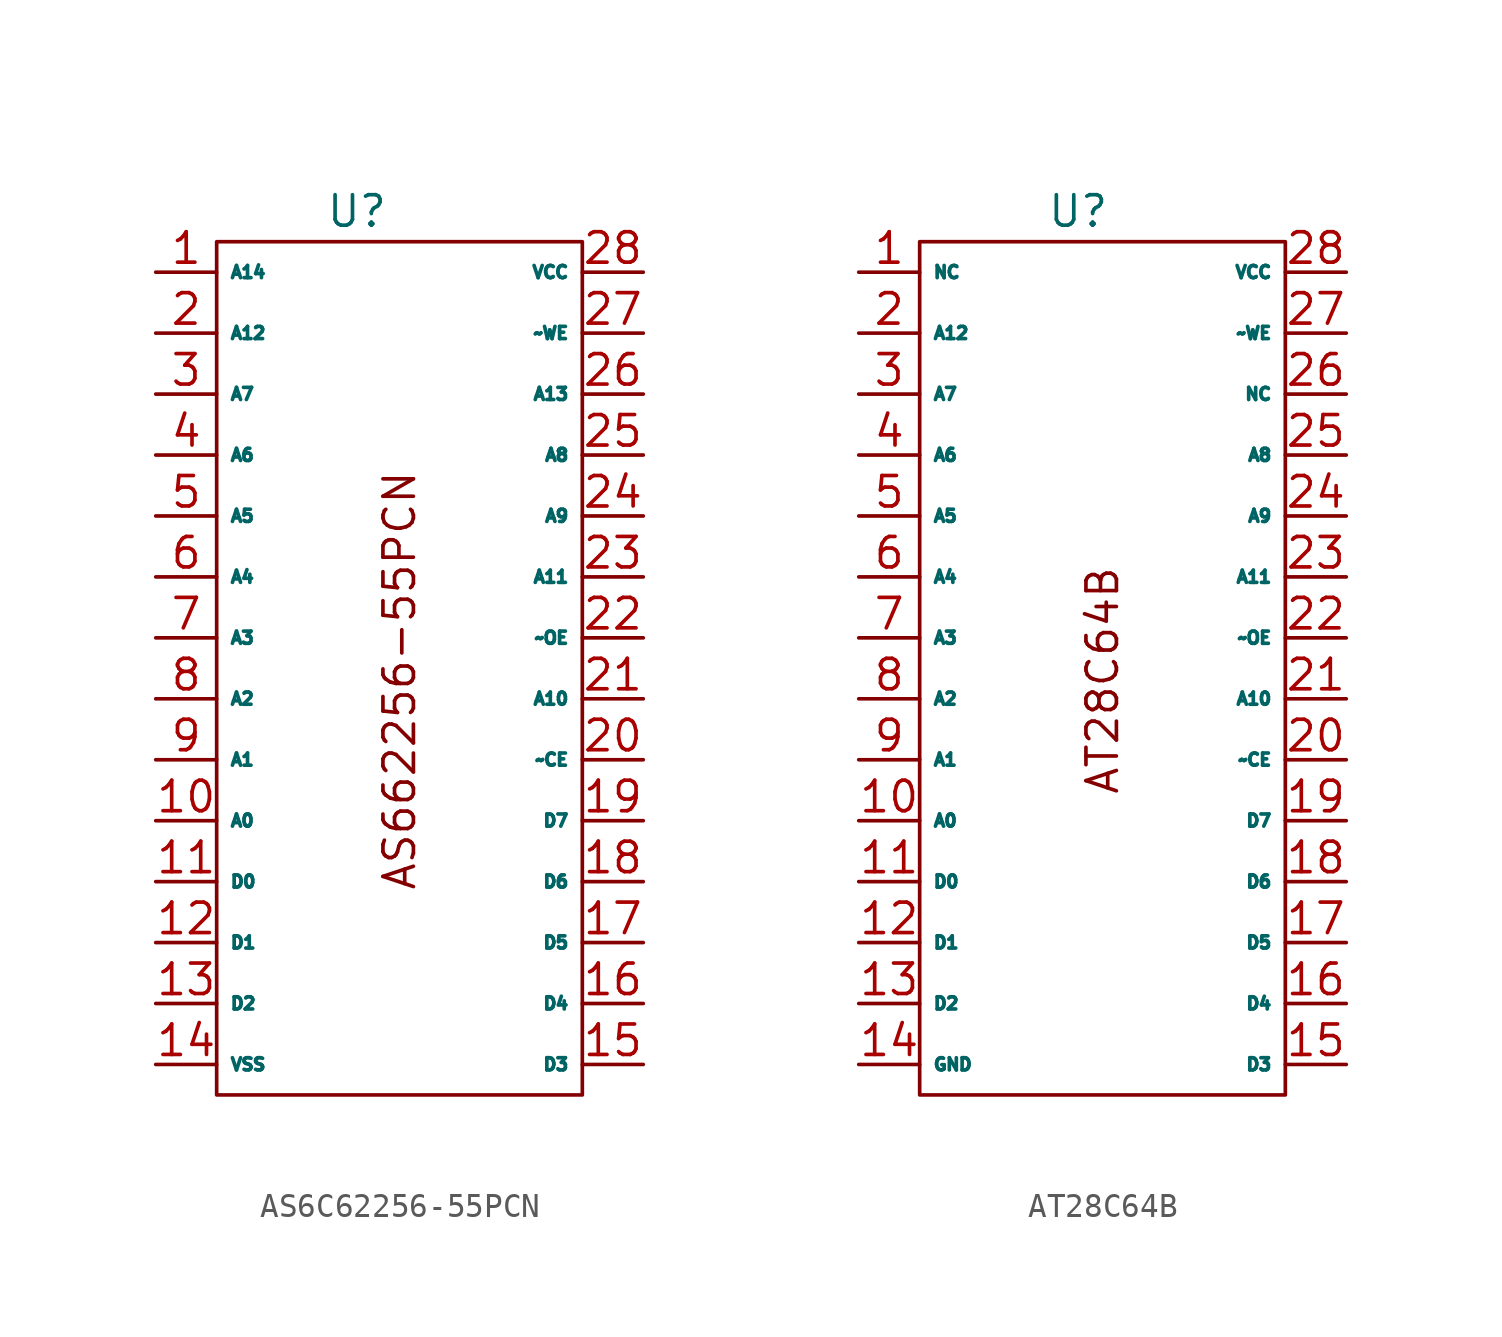
<source format=kicad_sym>
(kicad_symbol_lib
  (version 20231120)
  (generator "kicad_symbol_editor")
  (generator_version "8.0")
  (symbol "AS6C62256-55PCN"
    (property "Reference" "U"
      (at -1.778 19.05 0)
      (effects (font (size 1.27 1.27))))
    (property "Value" ""
      (at 0 15.24 0)
      (effects (font (size 1.27 1.27))))
    (symbol "AS6C62256-55PCN_0_1"
      (rectangle (start -7.62 17.78) (end 7.62 -17.78) (stroke (width 0) (type default)) (fill (type none))))
    (symbol "AS6C62256-55PCN_1_1"
      (text "AS662256-55PCN" (at 0 -0.508 900) (effects (font (size 1.27 1.27))))
      (pin input line (at -10.16 16.51 0) (length 2.54) (name "A14" (effects (font (size 0.508 0.508)))) (number "1" (effects (font (size 1.27 1.27)))))
      (pin input line (at -10.16 -6.35 0) (length 2.54) (name "A0" (effects (font (size 0.508 0.508)))) (number "10" (effects (font (size 1.27 1.27)))))
      (pin bidirectional line (at -10.16 -8.89 0) (length 2.54) (name "D0" (effects (font (size 0.508 0.508)))) (number "11" (effects (font (size 1.27 1.27)))))
      (pin bidirectional line (at -10.16 -11.43 0) (length 2.54) (name "D1" (effects (font (size 0.508 0.508)))) (number "12" (effects (font (size 1.27 1.27)))))
      (pin bidirectional line (at -10.16 -13.97 0) (length 2.54) (name "D2" (effects (font (size 0.508 0.508)))) (number "13" (effects (font (size 1.27 1.27)))))
      (pin power_in line (at -10.16 -16.51 0) (length 2.54) (name "VSS" (effects (font (size 0.508 0.508)))) (number "14" (effects (font (size 1.27 1.27)))))
      (pin bidirectional line (at 10.16 -16.51 180) (length 2.54) (name "D3" (effects (font (size 0.508 0.508)))) (number "15" (effects (font (size 1.27 1.27)))))
      (pin bidirectional line (at 10.16 -13.97 180) (length 2.54) (name "D4" (effects (font (size 0.508 0.508)))) (number "16" (effects (font (size 1.27 1.27)))))
      (pin bidirectional line (at 10.16 -11.43 180) (length 2.54) (name "D5" (effects (font (size 0.508 0.508)))) (number "17" (effects (font (size 1.27 1.27)))))
      (pin bidirectional line (at 10.16 -8.89 180) (length 2.54) (name "D6" (effects (font (size 0.508 0.508)))) (number "18" (effects (font (size 1.27 1.27)))))
      (pin bidirectional line (at 10.16 -6.35 180) (length 2.54) (name "D7" (effects (font (size 0.508 0.508)))) (number "19" (effects (font (size 1.27 1.27)))))
      (pin input line (at -10.16 13.97 0) (length 2.54) (name "A12" (effects (font (size 0.508 0.508)))) (number "2" (effects (font (size 1.27 1.27)))))
      (pin input line (at 10.16 -3.81 180) (length 2.54) (name "~CE" (effects (font (size 0.508 0.508)))) (number "20" (effects (font (size 1.27 1.27)))))
      (pin input line (at 10.16 -1.27 180) (length 2.54) (name "A10" (effects (font (size 0.508 0.508)))) (number "21" (effects (font (size 1.27 1.27)))))
      (pin input line (at 10.16 1.27 180) (length 2.54) (name "~OE" (effects (font (size 0.508 0.508)))) (number "22" (effects (font (size 1.27 1.27)))))
      (pin input line (at 10.16 3.81 180) (length 2.54) (name "A11" (effects (font (size 0.508 0.508)))) (number "23" (effects (font (size 1.27 1.27)))))
      (pin input line (at 10.16 6.35 180) (length 2.54) (name "A9" (effects (font (size 0.508 0.508)))) (number "24" (effects (font (size 1.27 1.27)))))
      (pin input line (at 10.16 8.89 180) (length 2.54) (name "A8" (effects (font (size 0.508 0.508)))) (number "25" (effects (font (size 1.27 1.27)))))
      (pin input line (at 10.16 11.43 180) (length 2.54) (name "A13" (effects (font (size 0.508 0.508)))) (number "26" (effects (font (size 1.27 1.27)))))
      (pin input line (at 10.16 13.97 180) (length 2.54) (name "~WE" (effects (font (size 0.508 0.508)))) (number "27" (effects (font (size 1.27 1.27)))))
      (pin power_in line (at 10.16 16.51 180) (length 2.54) (name "VCC" (effects (font (size 0.508 0.508)))) (number "28" (effects (font (size 1.27 1.27)))))
      (pin input line (at -10.16 11.43 0) (length 2.54) (name "A7" (effects (font (size 0.508 0.508)))) (number "3" (effects (font (size 1.27 1.27)))))
      (pin input line (at -10.16 8.89 0) (length 2.54) (name "A6" (effects (font (size 0.508 0.508)))) (number "4" (effects (font (size 1.27 1.27)))))
      (pin input line (at -10.16 6.35 0) (length 2.54) (name "A5" (effects (font (size 0.508 0.508)))) (number "5" (effects (font (size 1.27 1.27)))))
      (pin input line (at -10.16 3.81 0) (length 2.54) (name "A4" (effects (font (size 0.508 0.508)))) (number "6" (effects (font (size 1.27 1.27)))))
      (pin input line (at -10.16 1.27 0) (length 2.54) (name "A3" (effects (font (size 0.508 0.508)))) (number "7" (effects (font (size 1.27 1.27)))))
      (pin input line (at -10.16 -1.27 0) (length 2.54) (name "A2" (effects (font (size 0.508 0.508)))) (number "8" (effects (font (size 1.27 1.27)))))
      (pin input line (at -10.16 -3.81 0) (length 2.54) (name "A1" (effects (font (size 0.508 0.508)))) (number "9" (effects (font (size 1.27 1.27)))))))
  (symbol "AT28C64B"
    (property "Reference" "U"
      (at -1.016 12.7 0)
      (effects (font (size 1.27 1.27))))
    (property "Value" ""
      (at 0 0 0)
      (effects (font (size 1.27 1.27))))
    (symbol "AT28C64B_0_1"
      (rectangle (start -7.62 11.43) (end 7.62 -24.13) (stroke (width 0) (type default)) (fill (type none))))
    (symbol "AT28C64B_1_1"
      (text "AT28C64B" (at 0 -6.858 900) (effects (font (size 1.27 1.27))))
      (pin free line (at -10.16 10.16 0) (length 2.54) (name "NC" (effects (font (size 0.508 0.508)))) (number "1" (effects (font (size 1.27 1.27)))))
      (pin input line (at -10.16 -12.7 0) (length 2.54) (name "A0" (effects (font (size 0.508 0.508)))) (number "10" (effects (font (size 1.27 1.27)))))
      (pin bidirectional line (at -10.16 -15.24 0) (length 2.54) (name "D0" (effects (font (size 0.508 0.508)))) (number "11" (effects (font (size 1.27 1.27)))))
      (pin bidirectional line (at -10.16 -17.78 0) (length 2.54) (name "D1" (effects (font (size 0.508 0.508)))) (number "12" (effects (font (size 1.27 1.27)))))
      (pin bidirectional line (at -10.16 -20.32 0) (length 2.54) (name "D2" (effects (font (size 0.508 0.508)))) (number "13" (effects (font (size 1.27 1.27)))))
      (pin power_in line (at -10.16 -22.86 0) (length 2.54) (name "GND" (effects (font (size 0.508 0.508)))) (number "14" (effects (font (size 1.27 1.27)))))
      (pin bidirectional line (at 10.16 -22.86 180) (length 2.54) (name "D3" (effects (font (size 0.508 0.508)))) (number "15" (effects (font (size 1.27 1.27)))))
      (pin bidirectional line (at 10.16 -20.32 180) (length 2.54) (name "D4" (effects (font (size 0.508 0.508)))) (number "16" (effects (font (size 1.27 1.27)))))
      (pin bidirectional line (at 10.16 -17.78 180) (length 2.54) (name "D5" (effects (font (size 0.508 0.508)))) (number "17" (effects (font (size 1.27 1.27)))))
      (pin bidirectional line (at 10.16 -15.24 180) (length 2.54) (name "D6" (effects (font (size 0.508 0.508)))) (number "18" (effects (font (size 1.27 1.27)))))
      (pin bidirectional line (at 10.16 -12.7 180) (length 2.54) (name "D7" (effects (font (size 0.508 0.508)))) (number "19" (effects (font (size 1.27 1.27)))))
      (pin input line (at -10.16 7.62 0) (length 2.54) (name "A12" (effects (font (size 0.508 0.508)))) (number "2" (effects (font (size 1.27 1.27)))))
      (pin bidirectional line (at 10.16 -10.16 180) (length 2.54) (name "~CE" (effects (font (size 0.508 0.508)))) (number "20" (effects (font (size 1.27 1.27)))))
      (pin input line (at 10.16 -7.62 180) (length 2.54) (name "A10" (effects (font (size 0.508 0.508)))) (number "21" (effects (font (size 1.27 1.27)))))
      (pin input line (at 10.16 -5.08 180) (length 2.54) (name "~OE" (effects (font (size 0.508 0.508)))) (number "22" (effects (font (size 1.27 1.27)))))
      (pin input line (at 10.16 -2.54 180) (length 2.54) (name "A11" (effects (font (size 0.508 0.508)))) (number "23" (effects (font (size 1.27 1.27)))))
      (pin input line (at 10.16 0 180) (length 2.54) (name "A9" (effects (font (size 0.508 0.508)))) (number "24" (effects (font (size 1.27 1.27)))))
      (pin input line (at 10.16 2.54 180) (length 2.54) (name "A8" (effects (font (size 0.508 0.508)))) (number "25" (effects (font (size 1.27 1.27)))))
      (pin free line (at 10.16 5.08 180) (length 2.54) (name "NC" (effects (font (size 0.508 0.508)))) (number "26" (effects (font (size 1.27 1.27)))))
      (pin input line (at 10.16 7.62 180) (length 2.54) (name "~WE" (effects (font (size 0.508 0.508)))) (number "27" (effects (font (size 1.27 1.27)))))
      (pin power_in line (at 10.16 10.16 180) (length 2.54) (name "VCC" (effects (font (size 0.508 0.508)))) (number "28" (effects (font (size 1.27 1.27)))))
      (pin input line (at -10.16 5.08 0) (length 2.54) (name "A7" (effects (font (size 0.508 0.508)))) (number "3" (effects (font (size 1.27 1.27)))))
      (pin input line (at -10.16 2.54 0) (length 2.54) (name "A6" (effects (font (size 0.508 0.508)))) (number "4" (effects (font (size 1.27 1.27)))))
      (pin input line (at -10.16 0 0) (length 2.54) (name "A5" (effects (font (size 0.508 0.508)))) (number "5" (effects (font (size 1.27 1.27)))))
      (pin input line (at -10.16 -2.54 0) (length 2.54) (name "A4" (effects (font (size 0.508 0.508)))) (number "6" (effects (font (size 1.27 1.27)))))
      (pin input line (at -10.16 -5.08 0) (length 2.54) (name "A3" (effects (font (size 0.508 0.508)))) (number "7" (effects (font (size 1.27 1.27)))))
      (pin input line (at -10.16 -7.62 0) (length 2.54) (name "A2" (effects (font (size 0.508 0.508)))) (number "8" (effects (font (size 1.27 1.27)))))
      (pin input line (at -10.16 -10.16 0) (length 2.54) (name "A1" (effects (font (size 0.508 0.508)))) (number "9" (effects (font (size 1.27 1.27))))))))
</source>
